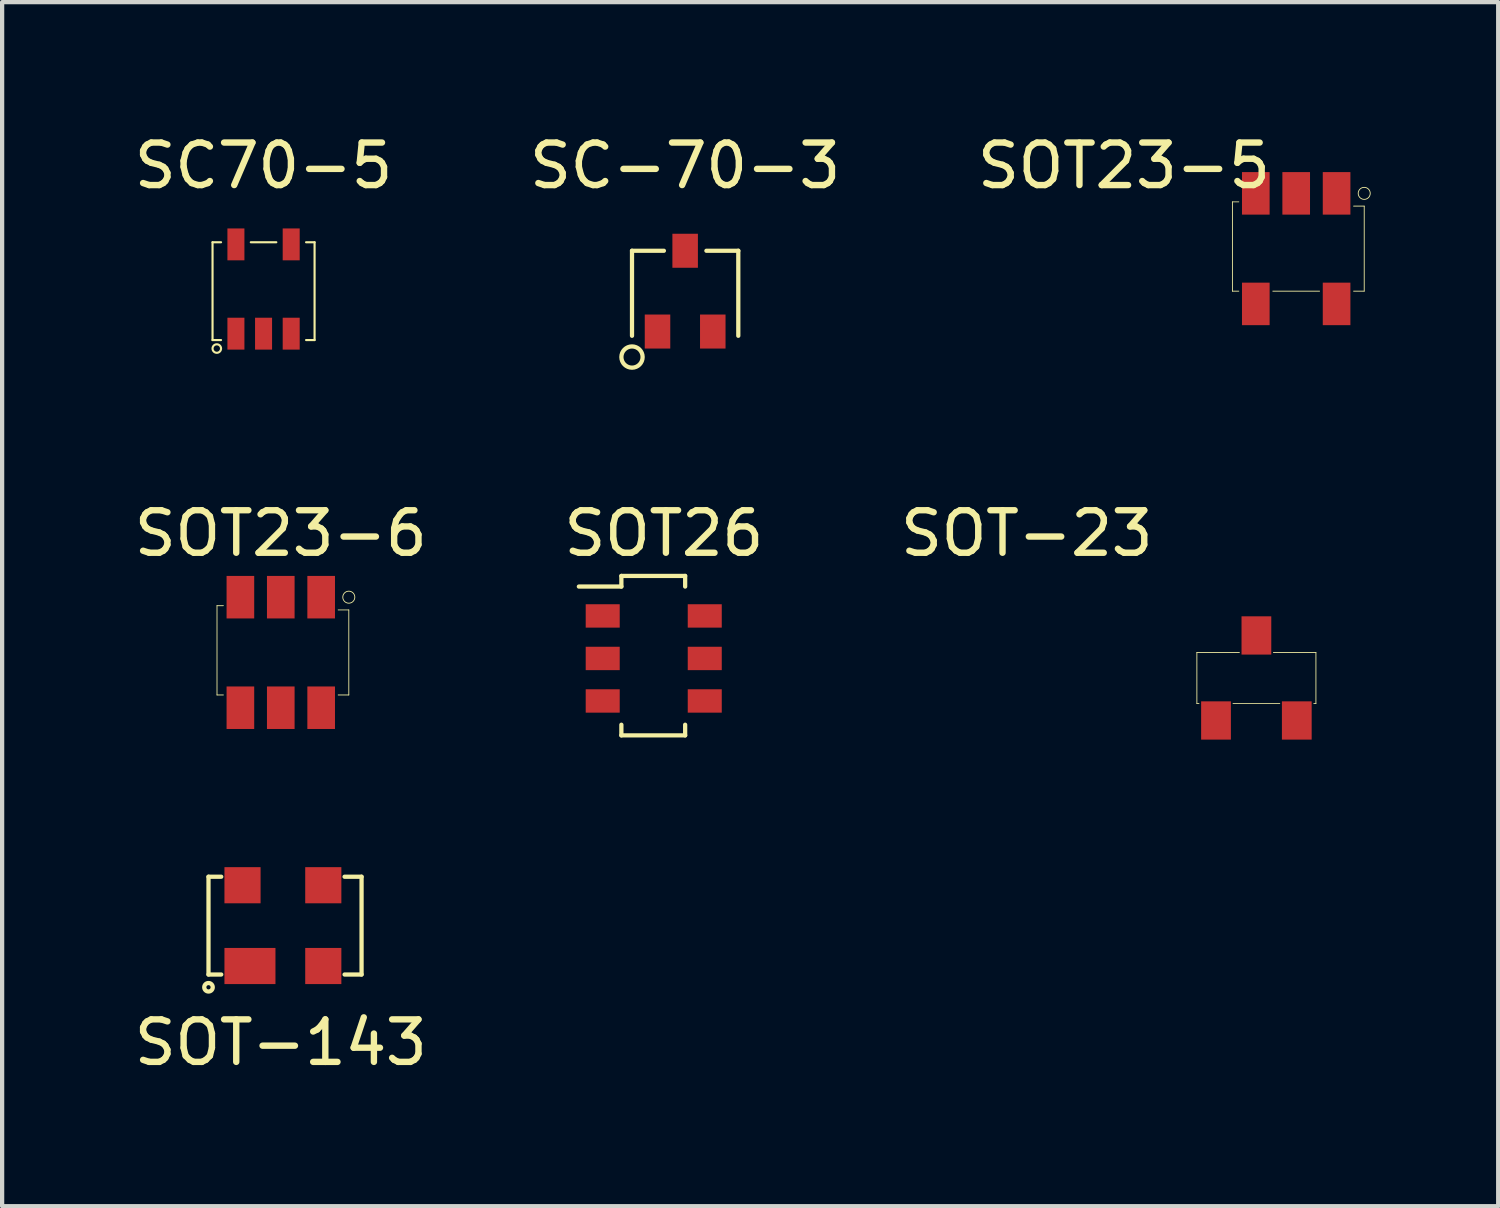
<source format=kicad_pcb>
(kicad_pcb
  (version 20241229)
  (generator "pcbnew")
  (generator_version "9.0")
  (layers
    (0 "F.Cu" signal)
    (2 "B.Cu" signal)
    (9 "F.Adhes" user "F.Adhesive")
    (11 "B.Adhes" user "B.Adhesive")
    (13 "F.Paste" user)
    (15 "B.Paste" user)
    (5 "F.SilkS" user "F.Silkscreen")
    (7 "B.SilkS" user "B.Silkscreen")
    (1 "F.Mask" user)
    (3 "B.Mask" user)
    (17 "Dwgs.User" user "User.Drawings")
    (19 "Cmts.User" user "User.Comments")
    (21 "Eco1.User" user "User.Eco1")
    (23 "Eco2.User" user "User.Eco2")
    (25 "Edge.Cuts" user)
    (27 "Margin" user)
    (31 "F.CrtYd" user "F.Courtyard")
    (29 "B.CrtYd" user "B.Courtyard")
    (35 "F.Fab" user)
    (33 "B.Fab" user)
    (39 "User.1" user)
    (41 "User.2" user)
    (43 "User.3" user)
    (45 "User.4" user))
  (footprint "SOT23-5"
    (layer "F.Cu")
    (at 27.437 1.498)
    (property "Reference" "SOT23-5" (at -4.05 -0.65 0) (layer "F.SilkS") (effects (font (size 1 1) (thickness 0.15))))
    (attr through_hole)
    (fp_line (start -1.5 0.2) (end -1.35 0.2) (stroke (width 0.02) (type solid)) (layer "F.SilkS"))
    (fp_line (start -1.5 2.3) (end -1.5 0.2) (stroke (width 0.02) (type solid)) (layer "F.SilkS"))
    (fp_line (start -1.35 2.3) (end -1.5 2.3) (stroke (width 0.02) (type solid)) (layer "F.SilkS"))
    (fp_line (start -0.55 2.3) (end 0.55 2.3) (stroke (width 0.02) (type solid)) (layer "F.SilkS"))
    (fp_line (start 1.35 2.3) (end 1.6 2.3) (stroke (width 0.02) (type solid)) (layer "F.SilkS"))
    (fp_line (start 1.6 0.3) (end 1.35 0.3) (stroke (width 0.02) (type solid)) (layer "F.SilkS"))
    (fp_line (start 1.6 2.3) (end 1.6 0.3) (stroke (width 0.02) (type solid)) (layer "F.SilkS"))
    (fp_circle (center 1.6 0) (end 1.7 0.1) (stroke (width 0.02) (type solid)) (fill no) (layer "F.SilkS"))
    (pad "1" smd rect (at 0.95 0) (size 0.65 1) (layers "F.Cu" "F.Mask" "F.Paste"))
    (pad "2" smd rect (at 0 0) (size 0.65 1) (layers "F.Cu" "F.Mask" "F.Paste"))
    (pad "3" smd rect (at -0.95 0) (size 0.65 1) (layers "F.Cu" "F.Mask" "F.Paste"))
    (pad "4" smd rect (at -0.95 2.6) (size 0.65 1) (layers "F.Cu" "F.Mask" "F.Paste"))
    (pad "5" smd rect (at 0.95 2.6) (size 0.65 1) (layers "F.Cu" "F.Mask" "F.Paste")))
  (footprint "SOT-23"
    (layer "F.Cu")
    (at 26.501 11.896)
    (property "Reference" "SOT-23" (at -5.4 -2.4 0) (layer "F.SilkS") (effects (font (size 1 1) (thickness 0.15))))
    (attr through_hole)
    (fp_line (start -1.4 0.4) (end -1.4 1.6) (stroke (width 0.02) (type solid)) (layer "F.SilkS"))
    (fp_line (start -1.4 1.6) (end -1.35 1.6) (stroke (width 0.02) (type solid)) (layer "F.SilkS"))
    (fp_line (start -0.55 1.6) (end 0.55 1.6) (stroke (width 0.02) (type solid)) (layer "F.SilkS"))
    (fp_line (start -0.4 0.4) (end -1.4 0.4) (stroke (width 0.02) (type solid)) (layer "F.SilkS"))
    (fp_line (start 1.35 1.6) (end 1.4 1.6) (stroke (width 0.02) (type solid)) (layer "F.SilkS"))
    (fp_line (start 1.4 0.4) (end 0.4 0.4) (stroke (width 0.02) (type solid)) (layer "F.SilkS"))
    (fp_line (start 1.4 1.6) (end 1.4 0.4) (stroke (width 0.02) (type solid)) (layer "F.SilkS"))
    (pad "1" smd rect (at -0.95 2) (size 0.7 0.9) (layers "F.Cu" "F.Mask" "F.Paste"))
    (pad "2" smd rect (at 0.95 2) (size 0.7 0.9) (layers "F.Cu" "F.Mask" "F.Paste"))
    (pad "3" smd rect (at 0 0) (size 0.7 0.9) (layers "F.Cu" "F.Mask" "F.Paste")))
  (footprint "SOT-143"
    (layer "F.Cu")
    (at 3.604 18.721)
    (property "Reference" "SOT-143" (at -0.05 2.75 0) (layer "F.SilkS") (effects (font (size 1 1) (thickness 0.15))))
    (attr through_hole)
    (fp_line (start -1.75 -1.15) (end -1.75 1.15) (stroke (width 0.1) (type solid)) (layer "F.SilkS"))
    (fp_line (start -1.75 1.15) (end -1.45 1.15) (stroke (width 0.1) (type solid)) (layer "F.SilkS"))
    (fp_line (start -1.45 -1.15) (end -1.75 -1.15) (stroke (width 0.1) (type solid)) (layer "F.SilkS"))
    (fp_line (start 1.45 1.15) (end 1.85 1.15) (stroke (width 0.1) (type solid)) (layer "F.SilkS"))
    (fp_line (start 1.85 -1.15) (end 1.45 -1.15) (stroke (width 0.1) (type solid)) (layer "F.SilkS"))
    (fp_line (start 1.85 1.15) (end 1.85 -1.15) (stroke (width 0.1) (type solid)) (layer "F.SilkS"))
    (fp_circle (center -1.75 1.45) (end -1.65 1.45) (stroke (width 0.1) (type solid)) (fill no) (layer "F.SilkS"))
    (pad "1" smd rect (at -0.775 0.95) (size 1.2 0.85) (layers "F.Cu" "F.Mask" "F.Paste"))
    (pad "2" smd rect (at 0.95 0.95) (size 0.85 0.85) (layers "F.Cu" "F.Mask" "F.Paste"))
    (pad "3" smd rect (at 0.95 -0.95) (size 0.85 0.85) (layers "F.Cu" "F.Mask" "F.Paste"))
    (pad "4" smd rect (at -0.95 -0.95) (size 0.85 0.85) (layers "F.Cu" "F.Mask" "F.Paste")))
  (footprint "SOT26"
    (layer "F.Cu")
    (at 12.315 11.996)
    (property "Reference" "SOT26" (at 0.25 -2.5 0) (layer "F.SilkS") (effects (font (size 1 1) (thickness 0.15))))
    (attr through_hole)
    (fp_line (start -1.75 -1.25) (end -0.75 -1.25) (stroke (width 0.1) (type solid)) (layer "F.SilkS"))
    (fp_line (start -0.75 -1.5) (end 0.75 -1.5) (stroke (width 0.1) (type solid)) (layer "F.SilkS"))
    (fp_line (start -0.75 -1.25) (end -0.75 -1.5) (stroke (width 0.1) (type solid)) (layer "F.SilkS"))
    (fp_line (start -0.75 2) (end -0.75 2.25) (stroke (width 0.1) (type solid)) (layer "F.SilkS"))
    (fp_line (start -0.75 2.25) (end 0.75 2.25) (stroke (width 0.1) (type solid)) (layer "F.SilkS"))
    (fp_line (start 0.75 -1.5) (end 0.75 -1.25) (stroke (width 0.1) (type solid)) (layer "F.SilkS"))
    (fp_line (start 0.75 2.25) (end 0.75 2) (stroke (width 0.1) (type solid)) (layer "F.SilkS"))
    (pad "1" smd rect (at -1.189 -0.559 90) (size 0.55 0.8) (layers "F.Cu" "F.Mask" "F.Paste"))
    (pad "2" smd rect (at -1.189 0.441 90) (size 0.55 0.8) (layers "F.Cu" "F.Mask" "F.Paste"))
    (pad "3" smd rect (at -1.189 1.441 90) (size 0.55 0.8) (layers "F.Cu" "F.Mask" "F.Paste"))
    (pad "4" smd rect (at 1.211 1.441 90) (size 0.55 0.8) (layers "F.Cu" "F.Mask" "F.Paste"))
    (pad "5" smd rect (at 1.211 0.441 90) (size 0.55 0.8) (layers "F.Cu" "F.Mask" "F.Paste"))
    (pad "6" smd rect (at 1.211 -0.559 90) (size 0.55 0.8) (layers "F.Cu" "F.Mask" "F.Paste")))
  (footprint "SOT23-6"
    (layer "F.Cu")
    (at 3.554 10.996)
    (property "Reference" "SOT23-6" (at 0 -1.5 0) (layer "F.SilkS") (effects (font (size 1 1) (thickness 0.15))))
    (attr through_hole)
    (fp_line (start -1.5 0.2) (end -1.35 0.2) (stroke (width 0.02) (type solid)) (layer "F.SilkS"))
    (fp_line (start -1.5 2.3) (end -1.5 0.2) (stroke (width 0.02) (type solid)) (layer "F.SilkS"))
    (fp_line (start -1.35 2.3) (end -1.5 2.3) (stroke (width 0.02) (type solid)) (layer "F.SilkS"))
    (fp_line (start 1.35 2.3) (end 1.6 2.3) (stroke (width 0.02) (type solid)) (layer "F.SilkS"))
    (fp_line (start 1.6 0.3) (end 1.35 0.3) (stroke (width 0.02) (type solid)) (layer "F.SilkS"))
    (fp_line (start 1.6 2.3) (end 1.6 0.3) (stroke (width 0.02) (type solid)) (layer "F.SilkS"))
    (fp_circle (center 1.6 0) (end 1.7 0.1) (stroke (width 0.02) (type solid)) (fill no) (layer "F.SilkS"))
    (pad "1" smd rect (at 0.95 0) (size 0.65 1) (layers "F.Cu" "F.Mask" "F.Paste"))
    (pad "2" smd rect (at 0 0) (size 0.65 1) (layers "F.Cu" "F.Mask" "F.Paste"))
    (pad "3" smd rect (at -0.95 0) (size 0.65 1) (layers "F.Cu" "F.Mask" "F.Paste"))
    (pad "4" smd rect (at -0.95 2.6) (size 0.65 1) (layers "F.Cu" "F.Mask" "F.Paste"))
    (pad "5" smd rect (at 0 2.6) (size 0.65 1) (layers "F.Cu" "F.Mask" "F.Paste"))
    (pad "6" smd rect (at 0.95 2.6) (size 0.65 1) (layers "F.Cu" "F.Mask" "F.Paste")))
  (footprint "SC70-5"
    (layer "F.Cu")
    (at 3.149 3.748)
    (property "Reference" "SC70-5" (at 0 -2.9 0) (layer "F.SilkS") (effects (font (size 1 1) (thickness 0.15))))
    (attr through_hole)
    (fp_line (start -1.2 -1.1) (end -1.2 1.2) (stroke (width 0.05) (type solid)) (layer "F.SilkS"))
    (fp_line (start -1.2 1.2) (end -1 1.2) (stroke (width 0.05) (type solid)) (layer "F.SilkS"))
    (fp_line (start -1 -1.1) (end -1.2 -1.1) (stroke (width 0.05) (type solid)) (layer "F.SilkS"))
    (fp_line (start 0.3 -1.1) (end -0.3 -1.1) (stroke (width 0.05) (type solid)) (layer "F.SilkS"))
    (fp_line (start 1 1.2) (end 1.2 1.2) (stroke (width 0.05) (type solid)) (layer "F.SilkS"))
    (fp_line (start 1.2 -1.1) (end 1 -1.1) (stroke (width 0.05) (type solid)) (layer "F.SilkS"))
    (fp_line (start 1.2 1.2) (end 1.2 -1.1) (stroke (width 0.05) (type solid)) (layer "F.SilkS"))
    (fp_circle (center -1.1 1.4) (end -1.1 1.5) (stroke (width 0.05) (type solid)) (fill no) (layer "F.SilkS"))
    (pad "1" smd rect (at -0.65 1.05) (size 0.4 0.75) (layers "F.Cu" "F.Mask" "F.Paste"))
    (pad "2" smd rect (at 0 1.05) (size 0.4 0.75) (layers "F.Cu" "F.Mask" "F.Paste"))
    (pad "3" smd rect (at 0.65 1.05) (size 0.4 0.75) (layers "F.Cu" "F.Mask" "F.Paste"))
    (pad "4" smd rect (at 0.65 -1.05) (size 0.4 0.75) (layers "F.Cu" "F.Mask" "F.Paste"))
    (pad "5" smd rect (at -0.65 -1.05) (size 0.4 0.75) (layers "F.Cu" "F.Mask" "F.Paste")))
  (footprint "SC-70-3"
    (layer "F.Cu")
    (at 13.065 3.798)
    (property "Reference" "SC-70-3" (at 0 -2.95 0) (layer "F.SilkS") (effects (font (size 1 1) (thickness 0.15))))
    (attr through_hole)
    (fp_line (start -1.25 -0.95) (end -1.25 1.05) (stroke (width 0.1) (type solid)) (layer "F.SilkS"))
    (fp_line (start -0.5 -0.95) (end -1.25 -0.95) (stroke (width 0.1) (type solid)) (layer "F.SilkS"))
    (fp_line (start 0.5 -0.95) (end 1.25 -0.95) (stroke (width 0.1) (type solid)) (layer "F.SilkS"))
    (fp_line (start 1.25 -0.95) (end 1.25 1.05) (stroke (width 0.1) (type solid)) (layer "F.SilkS"))
    (fp_circle (center -1.25 1.55) (end -1.25 1.8) (stroke (width 0.1) (type solid)) (fill no) (layer "F.SilkS"))
    (pad "1" smd rect (at -0.65 0.95) (size 0.6 0.8) (layers "F.Cu" "F.Mask" "F.Paste"))
    (pad "2" smd rect (at 0.65 0.95) (size 0.6 0.8) (layers "F.Cu" "F.Mask" "F.Paste"))
    (pad "3" smd rect (at 0 -0.95) (size 0.6 0.8) (layers "F.Cu" "F.Mask" "F.Paste")))
  (gr_rect
    (start -3 -3)
    (end 32.188 25.32)
    (stroke (width 0.1) (type default))
    (fill no)
    (layer "Edge.Cuts")))
</source>
